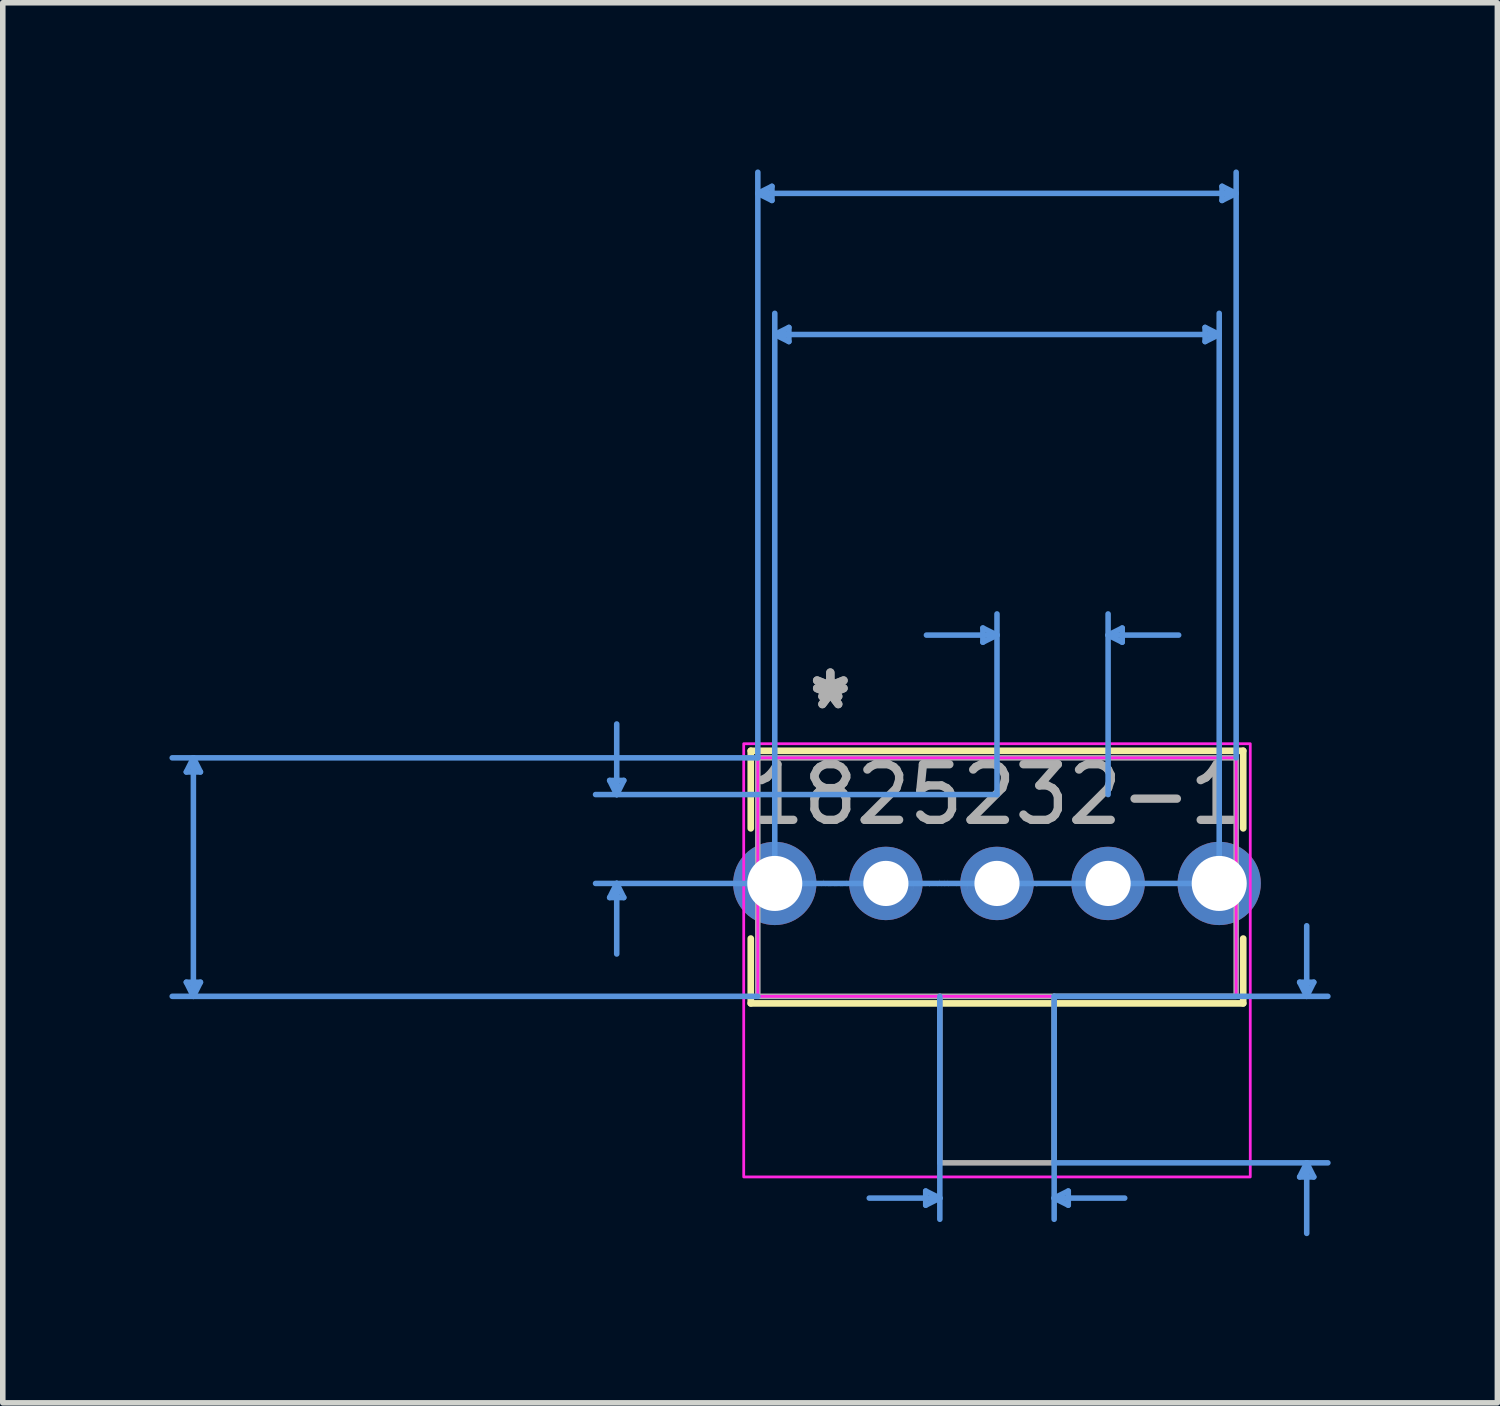
<source format=kicad_pcb>
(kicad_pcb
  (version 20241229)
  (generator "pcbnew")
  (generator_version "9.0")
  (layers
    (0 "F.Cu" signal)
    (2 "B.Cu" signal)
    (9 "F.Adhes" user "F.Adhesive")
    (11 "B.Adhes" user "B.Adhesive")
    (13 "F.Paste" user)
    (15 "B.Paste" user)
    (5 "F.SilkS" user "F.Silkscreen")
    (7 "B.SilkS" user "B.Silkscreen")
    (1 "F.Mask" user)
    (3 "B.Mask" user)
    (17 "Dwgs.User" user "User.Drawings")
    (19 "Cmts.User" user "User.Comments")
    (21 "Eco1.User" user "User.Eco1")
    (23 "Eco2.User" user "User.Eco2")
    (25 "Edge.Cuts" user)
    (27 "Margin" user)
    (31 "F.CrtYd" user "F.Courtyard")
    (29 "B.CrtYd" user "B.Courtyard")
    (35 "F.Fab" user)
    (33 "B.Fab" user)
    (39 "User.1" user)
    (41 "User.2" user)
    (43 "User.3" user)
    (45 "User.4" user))
  (footprint "1825232-1"
    (layer "F.Cu")
    (at 12.896 12.852)
    (property "Reference" "1825232-1" (at 2 -1.6 0) (layer "F.Fab") (effects (font (size 1 1) (thickness 0.15))))
    (attr through_hole)
    (fp_line (start -2.432 -2.388) (end -2.432 -0.992) (stroke (width 0.12) (type solid)) (layer "F.SilkS"))
    (fp_line (start -2.432 0.992) (end -2.432 2.159) (stroke (width 0.12) (type solid)) (layer "F.SilkS"))
    (fp_line (start -2.432 2.159) (end 6.432 2.159) (stroke (width 0.12) (type solid)) (layer "F.SilkS"))
    (fp_line (start 6.432 -2.388) (end -2.432 -2.388) (stroke (width 0.12) (type solid)) (layer "F.SilkS"))
    (fp_line (start 6.432 -0.992) (end 6.432 -2.388) (stroke (width 0.12) (type solid)) (layer "F.SilkS"))
    (fp_line (start 6.432 2.159) (end 6.432 0.992) (stroke (width 0.12) (type solid)) (layer "F.SilkS"))
    (fp_line (start -12.592 -2.007) (end -12.338 -2.007) (stroke (width 0.1) (type solid)) (layer "Cmts.User"))
    (fp_line (start -12.592 1.778) (end -12.338 1.778) (stroke (width 0.1) (type solid)) (layer "Cmts.User"))
    (fp_line (start -12.465 -2.261) (end -12.592 -2.007) (stroke (width 0.1) (type solid)) (layer "Cmts.User"))
    (fp_line (start -12.465 -2.261) (end -12.465 2.032) (stroke (width 0.1) (type solid)) (layer "Cmts.User"))
    (fp_line (start -12.465 -2.261) (end -12.338 -2.007) (stroke (width 0.1) (type solid)) (layer "Cmts.User"))
    (fp_line (start -12.465 2.032) (end -12.592 1.778) (stroke (width 0.1) (type solid)) (layer "Cmts.User"))
    (fp_line (start -12.465 2.032) (end -12.338 1.778) (stroke (width 0.1) (type solid)) (layer "Cmts.User"))
    (fp_line (start -4.972 -1.854) (end -4.718 -1.854) (stroke (width 0.1) (type solid)) (layer "Cmts.User"))
    (fp_line (start -4.972 0.254) (end -4.718 0.254) (stroke (width 0.1) (type solid)) (layer "Cmts.User"))
    (fp_line (start -4.845 -1.6) (end -4.972 -1.854) (stroke (width 0.1) (type solid)) (layer "Cmts.User"))
    (fp_line (start -4.845 -1.6) (end -4.845 -2.87) (stroke (width 0.1) (type solid)) (layer "Cmts.User"))
    (fp_line (start -4.845 -1.6) (end -4.718 -1.854) (stroke (width 0.1) (type solid)) (layer "Cmts.User"))
    (fp_line (start -4.845 0) (end -4.972 0.254) (stroke (width 0.1) (type solid)) (layer "Cmts.User"))
    (fp_line (start -4.845 0) (end -4.845 1.27) (stroke (width 0.1) (type solid)) (layer "Cmts.User"))
    (fp_line (start -4.845 0) (end -4.718 0.254) (stroke (width 0.1) (type solid)) (layer "Cmts.User"))
    (fp_line (start -2.305 -12.421) (end -2.051 -12.548) (stroke (width 0.1) (type solid)) (layer "Cmts.User"))
    (fp_line (start -2.305 -12.421) (end -2.051 -12.294) (stroke (width 0.1) (type solid)) (layer "Cmts.User"))
    (fp_line (start -2.305 -12.421) (end 6.305 -12.421) (stroke (width 0.1) (type solid)) (layer "Cmts.User"))
    (fp_line (start -2.305 -2.261) (end -12.846 -2.261) (stroke (width 0.1) (type solid)) (layer "Cmts.User"))
    (fp_line (start -2.305 -2.261) (end -2.305 -12.802) (stroke (width 0.1) (type solid)) (layer "Cmts.User"))
    (fp_line (start -2.305 2.032) (end -12.846 2.032) (stroke (width 0.1) (type solid)) (layer "Cmts.User"))
    (fp_line (start -2.051 -12.548) (end -2.051 -12.294) (stroke (width 0.1) (type solid)) (layer "Cmts.User"))
    (fp_line (start -2 -9.881) (end -1.746 -10.008) (stroke (width 0.1) (type solid)) (layer "Cmts.User"))
    (fp_line (start -2 -9.881) (end -1.746 -9.754) (stroke (width 0.1) (type solid)) (layer "Cmts.User"))
    (fp_line (start -2 -9.881) (end 6 -9.881) (stroke (width 0.1) (type solid)) (layer "Cmts.User"))
    (fp_line (start -2 0) (end -2 -10.262) (stroke (width 0.1) (type solid)) (layer "Cmts.User"))
    (fp_line (start -1.746 -10.008) (end -1.746 -9.754) (stroke (width 0.1) (type solid)) (layer "Cmts.User"))
    (fp_line (start 0.717 5.537) (end 0.717 5.791) (stroke (width 0.1) (type solid)) (layer "Cmts.User"))
    (fp_line (start 0.971 2.032) (end 0.971 6.045) (stroke (width 0.1) (type solid)) (layer "Cmts.User"))
    (fp_line (start 0.971 5.664) (end -0.299 5.664) (stroke (width 0.1) (type solid)) (layer "Cmts.User"))
    (fp_line (start 0.971 5.664) (end 0.717 5.537) (stroke (width 0.1) (type solid)) (layer "Cmts.User"))
    (fp_line (start 0.971 5.664) (end 0.717 5.791) (stroke (width 0.1) (type solid)) (layer "Cmts.User"))
    (fp_line (start 1.746 -4.597) (end 1.746 -4.343) (stroke (width 0.1) (type solid)) (layer "Cmts.User"))
    (fp_line (start 2 -4.47) (end 0.73 -4.47) (stroke (width 0.1) (type solid)) (layer "Cmts.User"))
    (fp_line (start 2 -4.47) (end 1.746 -4.597) (stroke (width 0.1) (type solid)) (layer "Cmts.User"))
    (fp_line (start 2 -4.47) (end 1.746 -4.343) (stroke (width 0.1) (type solid)) (layer "Cmts.User"))
    (fp_line (start 2 -1.6) (end -5.226 -1.6) (stroke (width 0.1) (type solid)) (layer "Cmts.User"))
    (fp_line (start 2 -1.6) (end 2 -4.851) (stroke (width 0.1) (type solid)) (layer "Cmts.User"))
    (fp_line (start 3.029 2.032) (end 3.029 6.045) (stroke (width 0.1) (type solid)) (layer "Cmts.User"))
    (fp_line (start 3.029 2.032) (end 7.956 2.032) (stroke (width 0.1) (type solid)) (layer "Cmts.User"))
    (fp_line (start 3.029 5.029) (end 7.956 5.029) (stroke (width 0.1) (type solid)) (layer "Cmts.User"))
    (fp_line (start 3.029 5.664) (end 3.283 5.537) (stroke (width 0.1) (type solid)) (layer "Cmts.User"))
    (fp_line (start 3.029 5.664) (end 3.283 5.791) (stroke (width 0.1) (type solid)) (layer "Cmts.User"))
    (fp_line (start 3.029 5.664) (end 4.299 5.664) (stroke (width 0.1) (type solid)) (layer "Cmts.User"))
    (fp_line (start 3.283 5.537) (end 3.283 5.791) (stroke (width 0.1) (type solid)) (layer "Cmts.User"))
    (fp_line (start 4 -4.47) (end 4.254 -4.597) (stroke (width 0.1) (type solid)) (layer "Cmts.User"))
    (fp_line (start 4 -4.47) (end 4.254 -4.343) (stroke (width 0.1) (type solid)) (layer "Cmts.User"))
    (fp_line (start 4 -4.47) (end 5.27 -4.47) (stroke (width 0.1) (type solid)) (layer "Cmts.User"))
    (fp_line (start 4 -1.6) (end 4 -4.851) (stroke (width 0.1) (type solid)) (layer "Cmts.User"))
    (fp_line (start 4.254 -4.597) (end 4.254 -4.343) (stroke (width 0.1) (type solid)) (layer "Cmts.User"))
    (fp_line (start 5.746 -10.008) (end 5.746 -9.754) (stroke (width 0.1) (type solid)) (layer "Cmts.User"))
    (fp_line (start 6 -9.881) (end 5.746 -10.008) (stroke (width 0.1) (type solid)) (layer "Cmts.User"))
    (fp_line (start 6 -9.881) (end 5.746 -9.754) (stroke (width 0.1) (type solid)) (layer "Cmts.User"))
    (fp_line (start 6 0) (end -5.226 0) (stroke (width 0.1) (type solid)) (layer "Cmts.User"))
    (fp_line (start 6 0) (end 6 -10.262) (stroke (width 0.1) (type solid)) (layer "Cmts.User"))
    (fp_line (start 6.051 -12.548) (end 6.051 -12.294) (stroke (width 0.1) (type solid)) (layer "Cmts.User"))
    (fp_line (start 6.305 -12.421) (end 6.051 -12.548) (stroke (width 0.1) (type solid)) (layer "Cmts.User"))
    (fp_line (start 6.305 -12.421) (end 6.051 -12.294) (stroke (width 0.1) (type solid)) (layer "Cmts.User"))
    (fp_line (start 6.305 -2.261) (end 6.305 -12.802) (stroke (width 0.1) (type solid)) (layer "Cmts.User"))
    (fp_line (start 7.448 1.778) (end 7.702 1.778) (stroke (width 0.1) (type solid)) (layer "Cmts.User"))
    (fp_line (start 7.448 5.283) (end 7.702 5.283) (stroke (width 0.1) (type solid)) (layer "Cmts.User"))
    (fp_line (start 7.575 2.032) (end 7.448 1.778) (stroke (width 0.1) (type solid)) (layer "Cmts.User"))
    (fp_line (start 7.575 2.032) (end 7.575 0.762) (stroke (width 0.1) (type solid)) (layer "Cmts.User"))
    (fp_line (start 7.575 2.032) (end 7.702 1.778) (stroke (width 0.1) (type solid)) (layer "Cmts.User"))
    (fp_line (start 7.575 5.029) (end 7.448 5.283) (stroke (width 0.1) (type solid)) (layer "Cmts.User"))
    (fp_line (start 7.575 5.029) (end 7.575 6.299) (stroke (width 0.1) (type solid)) (layer "Cmts.User"))
    (fp_line (start 7.575 5.029) (end 7.702 5.283) (stroke (width 0.1) (type solid)) (layer "Cmts.User"))
    (fp_rect (start -2.559 -2.515) (end 6.559 5.283) (stroke (width 0.05) (type solid)) (fill no) (layer "F.CrtYd"))
    (fp_rect (start -2.305 -2.261) (end 6.305 2.032) (stroke (width 0.05) (type solid)) (fill no) (layer "F.CrtYd"))
    (fp_line (start 0.971 2.032) (end 0.971 5.029) (stroke (width 0.1) (type solid)) (layer "F.Fab"))
    (fp_line (start 0.971 5.029) (end 3.029 5.029) (stroke (width 0.1) (type solid)) (layer "F.Fab"))
    (fp_line (start 3.029 2.032) (end 3.029 5.029) (stroke (width 0.1) (type solid)) (layer "F.Fab"))
    (fp_rect (start -2.305 -2.261) (end 6.305 2.032) (stroke (width 0.1) (type solid)) (fill no) (layer "F.Fab"))
    (fp_text user "Copyright 2021 Accelerated Designs. All rights reserved." (at 0 0 0) (layer "Cmts.User") (effects (font (size 0.127 0.127) (thickness 0.002))))
    (fp_text user "*" (at -1 -3.251 0) (layer "F.Fab") (effects (font (size 1 1) (thickness 0.15))))
    (fp_text user "*" (at -1 -3.111 0) (layer "F.Fab") (effects (font (size 1 1) (thickness 0.15))))
    (fp_text user "*" (at -1 -3.251 0) (layer "F.Fab") (effects (font (size 1 1) (thickness 0.15))))
    (fp_text user "*" (at -1 -3.111 0) (layer "F.Fab") (effects (font (size 1 1) (thickness 0.15))))
    (pad "1" thru_hole circle (at -0.000001 0) (size 1.321 1.321) (drill 0.813) (layers "*.Cu" "*.Mask"))
    (pad "2" thru_hole circle (at 2 0) (size 1.321 1.321) (drill 0.813) (layers "*.Cu" "*.Mask"))
    (pad "3" thru_hole circle (at 4 0) (size 1.321 1.321) (drill 0.813) (layers "*.Cu" "*.Mask"))
    (pad "4" thru_hole circle (at -2 0) (size 1.499 1.499) (drill 0.991) (layers "*.Cu" "*.Mask"))
    (pad "5" thru_hole circle (at 6 0) (size 1.499 1.499) (drill 0.991) (layers "*.Cu" "*.Mask")))
  (gr_rect
    (start -3 -3)
    (end 23.903 22.201)
    (stroke (width 0.1) (type default))
    (fill no)
    (layer "Edge.Cuts")))
</source>
